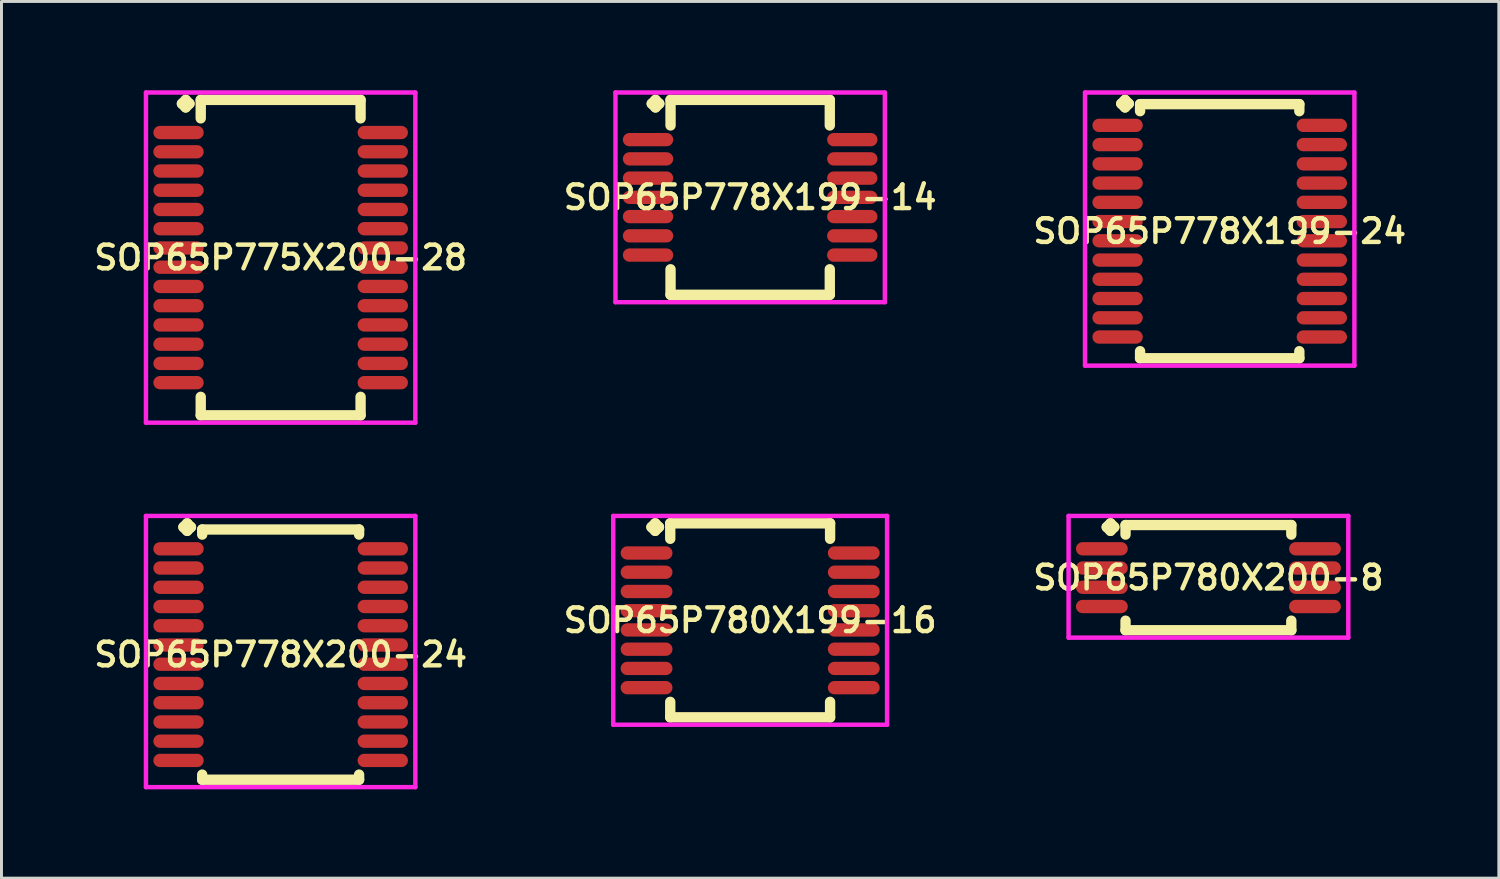
<source format=kicad_pcb>
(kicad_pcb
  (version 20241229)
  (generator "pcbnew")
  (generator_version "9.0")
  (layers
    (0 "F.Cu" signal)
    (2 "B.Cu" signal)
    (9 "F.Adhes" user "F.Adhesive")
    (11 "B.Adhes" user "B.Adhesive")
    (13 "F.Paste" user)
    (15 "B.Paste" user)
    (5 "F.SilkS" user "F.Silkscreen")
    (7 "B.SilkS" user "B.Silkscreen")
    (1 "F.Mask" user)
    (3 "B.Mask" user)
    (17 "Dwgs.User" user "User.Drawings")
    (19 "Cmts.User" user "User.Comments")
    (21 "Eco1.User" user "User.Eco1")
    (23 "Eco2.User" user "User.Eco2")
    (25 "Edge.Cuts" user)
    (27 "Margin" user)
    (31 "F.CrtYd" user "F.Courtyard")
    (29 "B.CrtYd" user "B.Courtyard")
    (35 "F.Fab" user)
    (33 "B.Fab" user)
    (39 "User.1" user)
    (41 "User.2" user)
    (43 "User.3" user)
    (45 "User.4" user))
  (footprint "SOP65P778X199-24"
    (layer "F.Cu")
    (at 38.154 4.76)
    (property "Reference" "SOP65P778X199-24" (at 0 0 0) (layer "F.SilkS") (effects (font (size 0.8 0.8) (thickness 0.15))))
    (attr smd)
    (fp_line (start -3.325 -4.308) (end -3.198 -4.435) (stroke (width 0.35) (type solid)) (layer "F.SilkS"))
    (fp_line (start -3.198 -4.435) (end -3.071 -4.308) (stroke (width 0.35) (type solid)) (layer "F.SilkS"))
    (fp_line (start -3.198 -4.181) (end -3.325 -4.308) (stroke (width 0.35) (type solid)) (layer "F.SilkS"))
    (fp_line (start -3.071 -4.308) (end -3.198 -4.181) (stroke (width 0.35) (type solid)) (layer "F.SilkS"))
    (fp_line (start -2.69 -4.292) (end 2.69 -4.292) (stroke (width 0.35) (type solid)) (layer "F.SilkS"))
    (fp_line (start -2.69 -4.054) (end -2.69 -4.292) (stroke (width 0.35) (type solid)) (layer "F.SilkS"))
    (fp_line (start -2.69 4.054) (end -2.69 4.292) (stroke (width 0.35) (type solid)) (layer "F.SilkS"))
    (fp_line (start -2.69 4.292) (end 2.69 4.292) (stroke (width 0.35) (type solid)) (layer "F.SilkS"))
    (fp_line (start 2.69 -4.292) (end 2.69 -4.054) (stroke (width 0.35) (type solid)) (layer "F.SilkS"))
    (fp_line (start 2.69 4.292) (end 2.69 4.054) (stroke (width 0.35) (type solid)) (layer "F.SilkS"))
    (fp_line (start -4.55 -4.685) (end 4.55 -4.685) (stroke (width 0.15) (type solid)) (layer "F.CrtYd"))
    (fp_line (start -4.55 4.542) (end -4.55 -4.685) (stroke (width 0.15) (type solid)) (layer "F.CrtYd"))
    (fp_line (start 4.55 -4.685) (end 4.55 4.542) (stroke (width 0.15) (type solid)) (layer "F.CrtYd"))
    (fp_line (start 4.55 4.542) (end -4.55 4.542) (stroke (width 0.15) (type solid)) (layer "F.CrtYd"))
    (pad "1" smd oval (at -3.45 -3.575) (size 1.7 0.45) (layers "F.Cu" "F.Mask" "F.Paste"))
    (pad "2" smd oval (at -3.45 -2.925) (size 1.7 0.45) (layers "F.Cu" "F.Mask" "F.Paste"))
    (pad "3" smd oval (at -3.45 -2.275) (size 1.7 0.45) (layers "F.Cu" "F.Mask" "F.Paste"))
    (pad "4" smd oval (at -3.45 -1.625) (size 1.7 0.45) (layers "F.Cu" "F.Mask" "F.Paste"))
    (pad "5" smd oval (at -3.45 -0.975) (size 1.7 0.45) (layers "F.Cu" "F.Mask" "F.Paste"))
    (pad "6" smd oval (at -3.45 -0.325) (size 1.7 0.45) (layers "F.Cu" "F.Mask" "F.Paste"))
    (pad "7" smd oval (at -3.45 0.325) (size 1.7 0.45) (layers "F.Cu" "F.Mask" "F.Paste"))
    (pad "8" smd oval (at -3.45 0.975) (size 1.7 0.45) (layers "F.Cu" "F.Mask" "F.Paste"))
    (pad "9" smd oval (at -3.45 1.625) (size 1.7 0.45) (layers "F.Cu" "F.Mask" "F.Paste"))
    (pad "10" smd oval (at -3.45 2.275) (size 1.7 0.45) (layers "F.Cu" "F.Mask" "F.Paste"))
    (pad "11" smd oval (at -3.45 2.925) (size 1.7 0.45) (layers "F.Cu" "F.Mask" "F.Paste"))
    (pad "12" smd oval (at -3.45 3.575) (size 1.7 0.45) (layers "F.Cu" "F.Mask" "F.Paste"))
    (pad "13" smd oval (at 3.45 3.575) (size 1.7 0.45) (layers "F.Cu" "F.Mask" "F.Paste"))
    (pad "14" smd oval (at 3.45 2.925) (size 1.7 0.45) (layers "F.Cu" "F.Mask" "F.Paste"))
    (pad "15" smd oval (at 3.45 2.275) (size 1.7 0.45) (layers "F.Cu" "F.Mask" "F.Paste"))
    (pad "16" smd oval (at 3.45 1.625) (size 1.7 0.45) (layers "F.Cu" "F.Mask" "F.Paste"))
    (pad "17" smd oval (at 3.45 0.975) (size 1.7 0.45) (layers "F.Cu" "F.Mask" "F.Paste"))
    (pad "18" smd oval (at 3.45 0.325) (size 1.7 0.45) (layers "F.Cu" "F.Mask" "F.Paste"))
    (pad "19" smd oval (at 3.45 -0.325) (size 1.7 0.45) (layers "F.Cu" "F.Mask" "F.Paste"))
    (pad "20" smd oval (at 3.45 -0.975) (size 1.7 0.45) (layers "F.Cu" "F.Mask" "F.Paste"))
    (pad "21" smd oval (at 3.45 -1.625) (size 1.7 0.45) (layers "F.Cu" "F.Mask" "F.Paste"))
    (pad "22" smd oval (at 3.45 -2.275) (size 1.7 0.45) (layers "F.Cu" "F.Mask" "F.Paste"))
    (pad "23" smd oval (at 3.45 -2.925) (size 1.7 0.45) (layers "F.Cu" "F.Mask" "F.Paste"))
    (pad "24" smd oval (at 3.45 -3.575) (size 1.7 0.45) (layers "F.Cu" "F.Mask" "F.Paste")))
  (footprint "SOP65P778X200-24"
    (layer "F.Cu")
    (at 6.431 19.064)
    (property "Reference" "SOP65P778X200-24" (at 0 0 0) (layer "F.SilkS") (effects (font (size 0.8 0.8) (thickness 0.15))))
    (attr smd)
    (fp_line (start -3.285 -4.308) (end -3.158 -4.435) (stroke (width 0.35) (type solid)) (layer "F.SilkS"))
    (fp_line (start -3.158 -4.435) (end -3.031 -4.308) (stroke (width 0.35) (type solid)) (layer "F.SilkS"))
    (fp_line (start -3.158 -4.181) (end -3.285 -4.308) (stroke (width 0.35) (type solid)) (layer "F.SilkS"))
    (fp_line (start -3.031 -4.308) (end -3.158 -4.181) (stroke (width 0.35) (type solid)) (layer "F.SilkS"))
    (fp_line (start -2.65 -4.227) (end 2.65 -4.227) (stroke (width 0.35) (type solid)) (layer "F.SilkS"))
    (fp_line (start -2.65 -4.054) (end -2.65 -4.227) (stroke (width 0.35) (type solid)) (layer "F.SilkS"))
    (fp_line (start -2.65 4.054) (end -2.65 4.227) (stroke (width 0.35) (type solid)) (layer "F.SilkS"))
    (fp_line (start -2.65 4.227) (end 2.65 4.227) (stroke (width 0.35) (type solid)) (layer "F.SilkS"))
    (fp_line (start 2.65 -4.227) (end 2.65 -4.054) (stroke (width 0.35) (type solid)) (layer "F.SilkS"))
    (fp_line (start 2.65 4.227) (end 2.65 4.054) (stroke (width 0.35) (type solid)) (layer "F.SilkS"))
    (fp_line (start -4.55 -4.685) (end 4.55 -4.685) (stroke (width 0.15) (type solid)) (layer "F.CrtYd"))
    (fp_line (start -4.55 4.477) (end -4.55 -4.685) (stroke (width 0.15) (type solid)) (layer "F.CrtYd"))
    (fp_line (start 4.55 -4.685) (end 4.55 4.477) (stroke (width 0.15) (type solid)) (layer "F.CrtYd"))
    (fp_line (start 4.55 4.477) (end -4.55 4.477) (stroke (width 0.15) (type solid)) (layer "F.CrtYd"))
    (pad "1" smd oval (at -3.45 -3.575) (size 1.7 0.45) (layers "F.Cu" "F.Mask" "F.Paste"))
    (pad "2" smd oval (at -3.45 -2.925) (size 1.7 0.45) (layers "F.Cu" "F.Mask" "F.Paste"))
    (pad "3" smd oval (at -3.45 -2.275) (size 1.7 0.45) (layers "F.Cu" "F.Mask" "F.Paste"))
    (pad "4" smd oval (at -3.45 -1.625) (size 1.7 0.45) (layers "F.Cu" "F.Mask" "F.Paste"))
    (pad "5" smd oval (at -3.45 -0.975) (size 1.7 0.45) (layers "F.Cu" "F.Mask" "F.Paste"))
    (pad "6" smd oval (at -3.45 -0.325) (size 1.7 0.45) (layers "F.Cu" "F.Mask" "F.Paste"))
    (pad "7" smd oval (at -3.45 0.325) (size 1.7 0.45) (layers "F.Cu" "F.Mask" "F.Paste"))
    (pad "8" smd oval (at -3.45 0.975) (size 1.7 0.45) (layers "F.Cu" "F.Mask" "F.Paste"))
    (pad "9" smd oval (at -3.45 1.625) (size 1.7 0.45) (layers "F.Cu" "F.Mask" "F.Paste"))
    (pad "10" smd oval (at -3.45 2.275) (size 1.7 0.45) (layers "F.Cu" "F.Mask" "F.Paste"))
    (pad "11" smd oval (at -3.45 2.925) (size 1.7 0.45) (layers "F.Cu" "F.Mask" "F.Paste"))
    (pad "12" smd oval (at -3.45 3.575) (size 1.7 0.45) (layers "F.Cu" "F.Mask" "F.Paste"))
    (pad "13" smd oval (at 3.45 3.575) (size 1.7 0.45) (layers "F.Cu" "F.Mask" "F.Paste"))
    (pad "14" smd oval (at 3.45 2.925) (size 1.7 0.45) (layers "F.Cu" "F.Mask" "F.Paste"))
    (pad "15" smd oval (at 3.45 2.275) (size 1.7 0.45) (layers "F.Cu" "F.Mask" "F.Paste"))
    (pad "16" smd oval (at 3.45 1.625) (size 1.7 0.45) (layers "F.Cu" "F.Mask" "F.Paste"))
    (pad "17" smd oval (at 3.45 0.975) (size 1.7 0.45) (layers "F.Cu" "F.Mask" "F.Paste"))
    (pad "18" smd oval (at 3.45 0.325) (size 1.7 0.45) (layers "F.Cu" "F.Mask" "F.Paste"))
    (pad "19" smd oval (at 3.45 -0.325) (size 1.7 0.45) (layers "F.Cu" "F.Mask" "F.Paste"))
    (pad "20" smd oval (at 3.45 -0.975) (size 1.7 0.45) (layers "F.Cu" "F.Mask" "F.Paste"))
    (pad "21" smd oval (at 3.45 -1.625) (size 1.7 0.45) (layers "F.Cu" "F.Mask" "F.Paste"))
    (pad "22" smd oval (at 3.45 -2.275) (size 1.7 0.45) (layers "F.Cu" "F.Mask" "F.Paste"))
    (pad "23" smd oval (at 3.45 -2.925) (size 1.7 0.45) (layers "F.Cu" "F.Mask" "F.Paste"))
    (pad "24" smd oval (at 3.45 -3.575) (size 1.7 0.45) (layers "F.Cu" "F.Mask" "F.Paste")))
  (footprint "SOP65P780X199-16"
    (layer "F.Cu")
    (at 22.292 17.906)
    (property "Reference" "SOP65P780X199-16" (at 0 0 0) (layer "F.SilkS") (effects (font (size 0.8 0.8) (thickness 0.15))))
    (attr smd)
    (fp_line (start -3.335 -3.15) (end -3.208 -3.277) (stroke (width 0.35) (type solid)) (layer "F.SilkS"))
    (fp_line (start -3.208 -3.277) (end -3.081 -3.15) (stroke (width 0.35) (type solid)) (layer "F.SilkS"))
    (fp_line (start -3.208 -3.023) (end -3.335 -3.15) (stroke (width 0.35) (type solid)) (layer "F.SilkS"))
    (fp_line (start -3.081 -3.15) (end -3.208 -3.023) (stroke (width 0.35) (type solid)) (layer "F.SilkS"))
    (fp_line (start -2.7 -3.277) (end 2.7 -3.277) (stroke (width 0.35) (type solid)) (layer "F.SilkS"))
    (fp_line (start -2.7 -2.754) (end -2.7 -3.277) (stroke (width 0.35) (type solid)) (layer "F.SilkS"))
    (fp_line (start -2.7 2.754) (end -2.7 3.277) (stroke (width 0.35) (type solid)) (layer "F.SilkS"))
    (fp_line (start -2.7 3.277) (end 2.7 3.277) (stroke (width 0.35) (type solid)) (layer "F.SilkS"))
    (fp_line (start 2.7 -3.277) (end 2.7 -2.754) (stroke (width 0.35) (type solid)) (layer "F.SilkS"))
    (fp_line (start 2.7 3.277) (end 2.7 2.754) (stroke (width 0.35) (type solid)) (layer "F.SilkS"))
    (fp_line (start -4.625 -3.527) (end 4.625 -3.527) (stroke (width 0.15) (type solid)) (layer "F.CrtYd"))
    (fp_line (start -4.625 3.527) (end -4.625 -3.527) (stroke (width 0.15) (type solid)) (layer "F.CrtYd"))
    (fp_line (start 4.625 -3.527) (end 4.625 3.527) (stroke (width 0.15) (type solid)) (layer "F.CrtYd"))
    (fp_line (start 4.625 3.527) (end -4.625 3.527) (stroke (width 0.15) (type solid)) (layer "F.CrtYd"))
    (pad "1" smd oval (at -3.5 -2.275) (size 1.75 0.45) (layers "F.Cu" "F.Mask" "F.Paste"))
    (pad "2" smd oval (at -3.5 -1.625) (size 1.75 0.45) (layers "F.Cu" "F.Mask" "F.Paste"))
    (pad "3" smd oval (at -3.5 -0.975) (size 1.75 0.45) (layers "F.Cu" "F.Mask" "F.Paste"))
    (pad "4" smd oval (at -3.5 -0.325) (size 1.75 0.45) (layers "F.Cu" "F.Mask" "F.Paste"))
    (pad "5" smd oval (at -3.5 0.325) (size 1.75 0.45) (layers "F.Cu" "F.Mask" "F.Paste"))
    (pad "6" smd oval (at -3.5 0.975) (size 1.75 0.45) (layers "F.Cu" "F.Mask" "F.Paste"))
    (pad "7" smd oval (at -3.5 1.625) (size 1.75 0.45) (layers "F.Cu" "F.Mask" "F.Paste"))
    (pad "8" smd oval (at -3.5 2.275) (size 1.75 0.45) (layers "F.Cu" "F.Mask" "F.Paste"))
    (pad "9" smd oval (at 3.5 2.275) (size 1.75 0.45) (layers "F.Cu" "F.Mask" "F.Paste"))
    (pad "10" smd oval (at 3.5 1.625) (size 1.75 0.45) (layers "F.Cu" "F.Mask" "F.Paste"))
    (pad "11" smd oval (at 3.5 0.975) (size 1.75 0.45) (layers "F.Cu" "F.Mask" "F.Paste"))
    (pad "12" smd oval (at 3.5 0.325) (size 1.75 0.45) (layers "F.Cu" "F.Mask" "F.Paste"))
    (pad "13" smd oval (at 3.5 -0.325) (size 1.75 0.45) (layers "F.Cu" "F.Mask" "F.Paste"))
    (pad "14" smd oval (at 3.5 -0.975) (size 1.75 0.45) (layers "F.Cu" "F.Mask" "F.Paste"))
    (pad "15" smd oval (at 3.5 -1.625) (size 1.75 0.45) (layers "F.Cu" "F.Mask" "F.Paste"))
    (pad "16" smd oval (at 3.5 -2.275) (size 1.75 0.45) (layers "F.Cu" "F.Mask" "F.Paste")))
  (footprint "SOP65P775X200-28"
    (layer "F.Cu")
    (at 6.431 5.652)
    (property "Reference" "SOP65P775X200-28" (at 0 0 0) (layer "F.SilkS") (effects (font (size 0.8 0.8) (thickness 0.15))))
    (attr smd)
    (fp_line (start -3.335 -5.2) (end -3.208 -5.327) (stroke (width 0.35) (type solid)) (layer "F.SilkS"))
    (fp_line (start -3.208 -5.327) (end -3.081 -5.2) (stroke (width 0.35) (type solid)) (layer "F.SilkS"))
    (fp_line (start -3.208 -5.073) (end -3.335 -5.2) (stroke (width 0.35) (type solid)) (layer "F.SilkS"))
    (fp_line (start -3.081 -5.2) (end -3.208 -5.073) (stroke (width 0.35) (type solid)) (layer "F.SilkS"))
    (fp_line (start -2.7 -5.327) (end 2.7 -5.327) (stroke (width 0.35) (type solid)) (layer "F.SilkS"))
    (fp_line (start -2.7 -4.704) (end -2.7 -5.327) (stroke (width 0.35) (type solid)) (layer "F.SilkS"))
    (fp_line (start -2.7 4.704) (end -2.7 5.327) (stroke (width 0.35) (type solid)) (layer "F.SilkS"))
    (fp_line (start -2.7 5.327) (end 2.7 5.327) (stroke (width 0.35) (type solid)) (layer "F.SilkS"))
    (fp_line (start 2.7 -5.327) (end 2.7 -4.704) (stroke (width 0.35) (type solid)) (layer "F.SilkS"))
    (fp_line (start 2.7 5.327) (end 2.7 4.704) (stroke (width 0.35) (type solid)) (layer "F.SilkS"))
    (fp_line (start -4.55 -5.577) (end 4.55 -5.577) (stroke (width 0.15) (type solid)) (layer "F.CrtYd"))
    (fp_line (start -4.55 5.577) (end -4.55 -5.577) (stroke (width 0.15) (type solid)) (layer "F.CrtYd"))
    (fp_line (start 4.55 -5.577) (end 4.55 5.577) (stroke (width 0.15) (type solid)) (layer "F.CrtYd"))
    (fp_line (start 4.55 5.577) (end -4.55 5.577) (stroke (width 0.15) (type solid)) (layer "F.CrtYd"))
    (pad "1" smd oval (at -3.45 -4.225) (size 1.7 0.45) (layers "F.Cu" "F.Mask" "F.Paste"))
    (pad "2" smd oval (at -3.45 -3.575) (size 1.7 0.45) (layers "F.Cu" "F.Mask" "F.Paste"))
    (pad "3" smd oval (at -3.45 -2.925) (size 1.7 0.45) (layers "F.Cu" "F.Mask" "F.Paste"))
    (pad "4" smd oval (at -3.45 -2.275) (size 1.7 0.45) (layers "F.Cu" "F.Mask" "F.Paste"))
    (pad "5" smd oval (at -3.45 -1.625) (size 1.7 0.45) (layers "F.Cu" "F.Mask" "F.Paste"))
    (pad "6" smd oval (at -3.45 -0.975) (size 1.7 0.45) (layers "F.Cu" "F.Mask" "F.Paste"))
    (pad "7" smd oval (at -3.45 -0.325) (size 1.7 0.45) (layers "F.Cu" "F.Mask" "F.Paste"))
    (pad "8" smd oval (at -3.45 0.325) (size 1.7 0.45) (layers "F.Cu" "F.Mask" "F.Paste"))
    (pad "9" smd oval (at -3.45 0.975) (size 1.7 0.45) (layers "F.Cu" "F.Mask" "F.Paste"))
    (pad "10" smd oval (at -3.45 1.625) (size 1.7 0.45) (layers "F.Cu" "F.Mask" "F.Paste"))
    (pad "11" smd oval (at -3.45 2.275) (size 1.7 0.45) (layers "F.Cu" "F.Mask" "F.Paste"))
    (pad "12" smd oval (at -3.45 2.925) (size 1.7 0.45) (layers "F.Cu" "F.Mask" "F.Paste"))
    (pad "13" smd oval (at -3.45 3.575) (size 1.7 0.45) (layers "F.Cu" "F.Mask" "F.Paste"))
    (pad "14" smd oval (at -3.45 4.225) (size 1.7 0.45) (layers "F.Cu" "F.Mask" "F.Paste"))
    (pad "15" smd oval (at 3.45 4.225) (size 1.7 0.45) (layers "F.Cu" "F.Mask" "F.Paste"))
    (pad "16" smd oval (at 3.45 3.575) (size 1.7 0.45) (layers "F.Cu" "F.Mask" "F.Paste"))
    (pad "17" smd oval (at 3.45 2.925) (size 1.7 0.45) (layers "F.Cu" "F.Mask" "F.Paste"))
    (pad "18" smd oval (at 3.45 2.275) (size 1.7 0.45) (layers "F.Cu" "F.Mask" "F.Paste"))
    (pad "19" smd oval (at 3.45 1.625) (size 1.7 0.45) (layers "F.Cu" "F.Mask" "F.Paste"))
    (pad "20" smd oval (at 3.45 0.975) (size 1.7 0.45) (layers "F.Cu" "F.Mask" "F.Paste"))
    (pad "21" smd oval (at 3.45 0.325) (size 1.7 0.45) (layers "F.Cu" "F.Mask" "F.Paste"))
    (pad "22" smd oval (at 3.45 -0.325) (size 1.7 0.45) (layers "F.Cu" "F.Mask" "F.Paste"))
    (pad "23" smd oval (at 3.45 -0.975) (size 1.7 0.45) (layers "F.Cu" "F.Mask" "F.Paste"))
    (pad "24" smd oval (at 3.45 -1.625) (size 1.7 0.45) (layers "F.Cu" "F.Mask" "F.Paste"))
    (pad "25" smd oval (at 3.45 -2.275) (size 1.7 0.45) (layers "F.Cu" "F.Mask" "F.Paste"))
    (pad "26" smd oval (at 3.45 -2.925) (size 1.7 0.45) (layers "F.Cu" "F.Mask" "F.Paste"))
    (pad "27" smd oval (at 3.45 -3.575) (size 1.7 0.45) (layers "F.Cu" "F.Mask" "F.Paste"))
    (pad "28" smd oval (at 3.45 -4.225) (size 1.7 0.45) (layers "F.Cu" "F.Mask" "F.Paste")))
  (footprint "SOP65P778X199-14"
    (layer "F.Cu")
    (at 22.292 3.617)
    (property "Reference" "SOP65P778X199-14" (at 0 0 0) (layer "F.SilkS") (effects (font (size 0.8 0.8) (thickness 0.15))))
    (attr smd)
    (fp_line (start -3.325 -3.165) (end -3.198 -3.292) (stroke (width 0.35) (type solid)) (layer "F.SilkS"))
    (fp_line (start -3.198 -3.292) (end -3.071 -3.165) (stroke (width 0.35) (type solid)) (layer "F.SilkS"))
    (fp_line (start -3.198 -3.038) (end -3.325 -3.165) (stroke (width 0.35) (type solid)) (layer "F.SilkS"))
    (fp_line (start -3.071 -3.165) (end -3.198 -3.038) (stroke (width 0.35) (type solid)) (layer "F.SilkS"))
    (fp_line (start -2.69 -3.292) (end 2.69 -3.292) (stroke (width 0.35) (type solid)) (layer "F.SilkS"))
    (fp_line (start -2.69 -2.429) (end -2.69 -3.292) (stroke (width 0.35) (type solid)) (layer "F.SilkS"))
    (fp_line (start -2.69 2.429) (end -2.69 3.292) (stroke (width 0.35) (type solid)) (layer "F.SilkS"))
    (fp_line (start -2.69 3.292) (end 2.69 3.292) (stroke (width 0.35) (type solid)) (layer "F.SilkS"))
    (fp_line (start 2.69 -3.292) (end 2.69 -2.429) (stroke (width 0.35) (type solid)) (layer "F.SilkS"))
    (fp_line (start 2.69 3.292) (end 2.69 2.429) (stroke (width 0.35) (type solid)) (layer "F.SilkS"))
    (fp_line (start -4.55 -3.542) (end 4.55 -3.542) (stroke (width 0.15) (type solid)) (layer "F.CrtYd"))
    (fp_line (start -4.55 3.542) (end -4.55 -3.542) (stroke (width 0.15) (type solid)) (layer "F.CrtYd"))
    (fp_line (start 4.55 -3.542) (end 4.55 3.542) (stroke (width 0.15) (type solid)) (layer "F.CrtYd"))
    (fp_line (start 4.55 3.542) (end -4.55 3.542) (stroke (width 0.15) (type solid)) (layer "F.CrtYd"))
    (pad "1" smd oval (at -3.45 -1.95) (size 1.7 0.45) (layers "F.Cu" "F.Mask" "F.Paste"))
    (pad "2" smd oval (at -3.45 -1.3) (size 1.7 0.45) (layers "F.Cu" "F.Mask" "F.Paste"))
    (pad "3" smd oval (at -3.45 -0.65) (size 1.7 0.45) (layers "F.Cu" "F.Mask" "F.Paste"))
    (pad "4" smd oval (at -3.45 0) (size 1.7 0.45) (layers "F.Cu" "F.Mask" "F.Paste"))
    (pad "5" smd oval (at -3.45 0.65) (size 1.7 0.45) (layers "F.Cu" "F.Mask" "F.Paste"))
    (pad "6" smd oval (at -3.45 1.3) (size 1.7 0.45) (layers "F.Cu" "F.Mask" "F.Paste"))
    (pad "7" smd oval (at -3.45 1.95) (size 1.7 0.45) (layers "F.Cu" "F.Mask" "F.Paste"))
    (pad "8" smd oval (at 3.45 1.95) (size 1.7 0.45) (layers "F.Cu" "F.Mask" "F.Paste"))
    (pad "9" smd oval (at 3.45 1.3) (size 1.7 0.45) (layers "F.Cu" "F.Mask" "F.Paste"))
    (pad "10" smd oval (at 3.45 0.65) (size 1.7 0.45) (layers "F.Cu" "F.Mask" "F.Paste"))
    (pad "11" smd oval (at 3.45 0) (size 1.7 0.45) (layers "F.Cu" "F.Mask" "F.Paste"))
    (pad "12" smd oval (at 3.45 -0.65) (size 1.7 0.45) (layers "F.Cu" "F.Mask" "F.Paste"))
    (pad "13" smd oval (at 3.45 -1.3) (size 1.7 0.45) (layers "F.Cu" "F.Mask" "F.Paste"))
    (pad "14" smd oval (at 3.45 -1.95) (size 1.7 0.45) (layers "F.Cu" "F.Mask" "F.Paste")))
  (footprint "SOP65P780X200-8"
    (layer "F.Cu")
    (at 37.773 16.464)
    (property "Reference" "SOP65P780X200-8" (at 0 0 0) (layer "F.SilkS") (effects (font (size 0.8 0.8) (thickness 0.15))))
    (attr smd)
    (fp_line (start -3.435 -1.708) (end -3.308 -1.835) (stroke (width 0.35) (type solid)) (layer "F.SilkS"))
    (fp_line (start -3.308 -1.835) (end -3.181 -1.708) (stroke (width 0.35) (type solid)) (layer "F.SilkS"))
    (fp_line (start -3.308 -1.581) (end -3.435 -1.708) (stroke (width 0.35) (type solid)) (layer "F.SilkS"))
    (fp_line (start -3.181 -1.708) (end -3.308 -1.581) (stroke (width 0.35) (type solid)) (layer "F.SilkS"))
    (fp_line (start -2.8 -1.777) (end 2.8 -1.777) (stroke (width 0.35) (type solid)) (layer "F.SilkS"))
    (fp_line (start -2.8 -1.454) (end -2.8 -1.777) (stroke (width 0.35) (type solid)) (layer "F.SilkS"))
    (fp_line (start -2.8 1.454) (end -2.8 1.777) (stroke (width 0.35) (type solid)) (layer "F.SilkS"))
    (fp_line (start -2.8 1.777) (end 2.8 1.777) (stroke (width 0.35) (type solid)) (layer "F.SilkS"))
    (fp_line (start 2.8 -1.777) (end 2.8 -1.454) (stroke (width 0.35) (type solid)) (layer "F.SilkS"))
    (fp_line (start 2.8 1.777) (end 2.8 1.454) (stroke (width 0.35) (type solid)) (layer "F.SilkS"))
    (fp_line (start -4.725 -2.085) (end 4.725 -2.085) (stroke (width 0.15) (type solid)) (layer "F.CrtYd"))
    (fp_line (start -4.725 2.027) (end -4.725 -2.085) (stroke (width 0.15) (type solid)) (layer "F.CrtYd"))
    (fp_line (start 4.725 -2.085) (end 4.725 2.027) (stroke (width 0.15) (type solid)) (layer "F.CrtYd"))
    (fp_line (start 4.725 2.027) (end -4.725 2.027) (stroke (width 0.15) (type solid)) (layer "F.CrtYd"))
    (pad "1" smd oval (at -3.6 -0.975) (size 1.75 0.45) (layers "F.Cu" "F.Mask" "F.Paste"))
    (pad "2" smd oval (at -3.6 -0.325) (size 1.75 0.45) (layers "F.Cu" "F.Mask" "F.Paste"))
    (pad "3" smd oval (at -3.6 0.325) (size 1.75 0.45) (layers "F.Cu" "F.Mask" "F.Paste"))
    (pad "4" smd oval (at -3.6 0.975) (size 1.75 0.45) (layers "F.Cu" "F.Mask" "F.Paste"))
    (pad "5" smd oval (at 3.6 0.975) (size 1.75 0.45) (layers "F.Cu" "F.Mask" "F.Paste"))
    (pad "6" smd oval (at 3.6 0.325) (size 1.75 0.45) (layers "F.Cu" "F.Mask" "F.Paste"))
    (pad "7" smd oval (at 3.6 -0.325) (size 1.75 0.45) (layers "F.Cu" "F.Mask" "F.Paste"))
    (pad "8" smd oval (at 3.6 -0.975) (size 1.75 0.45) (layers "F.Cu" "F.Mask" "F.Paste")))
  (gr_rect
    (start -3 -3)
    (end 47.584 26.616)
    (stroke (width 0.1) (type default))
    (fill no)
    (layer "Edge.Cuts")))
</source>
